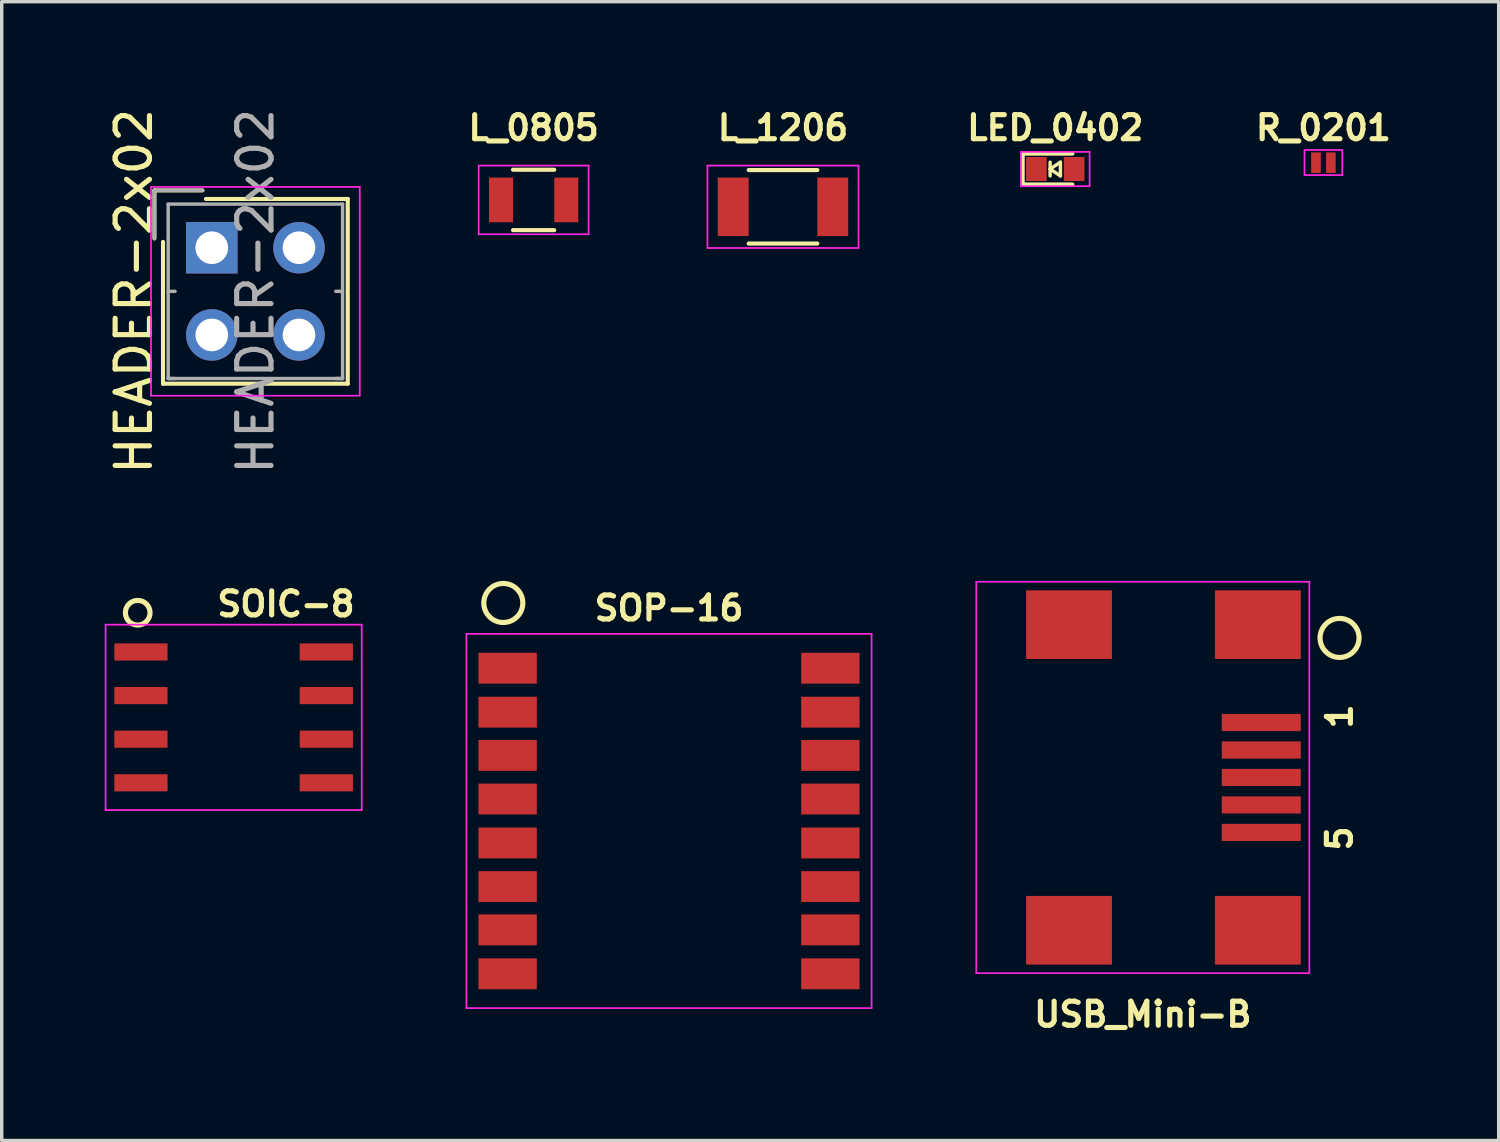
<source format=kicad_pcb>
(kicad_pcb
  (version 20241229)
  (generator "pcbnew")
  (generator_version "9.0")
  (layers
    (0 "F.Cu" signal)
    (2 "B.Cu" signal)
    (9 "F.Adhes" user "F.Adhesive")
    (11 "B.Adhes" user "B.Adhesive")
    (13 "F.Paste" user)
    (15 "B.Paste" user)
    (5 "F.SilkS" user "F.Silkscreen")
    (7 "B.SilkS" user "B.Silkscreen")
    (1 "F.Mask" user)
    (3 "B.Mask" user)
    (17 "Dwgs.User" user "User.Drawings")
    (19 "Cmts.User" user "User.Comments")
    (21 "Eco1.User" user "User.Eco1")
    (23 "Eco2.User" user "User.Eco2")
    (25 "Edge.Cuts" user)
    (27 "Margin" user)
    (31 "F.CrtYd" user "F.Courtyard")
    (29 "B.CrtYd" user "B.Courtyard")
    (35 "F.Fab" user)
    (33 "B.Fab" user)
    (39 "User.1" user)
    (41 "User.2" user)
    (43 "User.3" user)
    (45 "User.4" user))
  (footprint "HEADER-2x02"
    (layer "F.Cu")
    (at 3.118 4.165)
    (property "Reference" "HEADER-2x02" (at -2.27 1.27 90) (layer "F.SilkS") (effects (font (size 1 1) (thickness 0.15))))
    (attr through_hole)
    (fp_line (start -1.67 -1.67) (end -1.67 -0.27) (stroke (width 0.12) (type solid)) (layer "F.SilkS"))
    (fp_line (start -1.42 3.96) (end -1.42 -0.17) (stroke (width 0.12) (type solid)) (layer "F.SilkS"))
    (fp_line (start -0.27 -1.67) (end -1.67 -1.67) (stroke (width 0.12) (type solid)) (layer "F.SilkS"))
    (fp_line (start -0.17 -1.42) (end 3.96 -1.42) (stroke (width 0.12) (type solid)) (layer "F.SilkS"))
    (fp_line (start 3.96 -1.42) (end 3.96 3.96) (stroke (width 0.12) (type solid)) (layer "F.SilkS"))
    (fp_line (start 3.96 3.96) (end -1.42 3.96) (stroke (width 0.12) (type solid)) (layer "F.SilkS"))
    (fp_line (start -1.77 -1.77) (end -1.77 4.31) (stroke (width 0.05) (type solid)) (layer "F.CrtYd"))
    (fp_line (start -1.77 4.31) (end 4.31 4.31) (stroke (width 0.05) (type solid)) (layer "F.CrtYd"))
    (fp_line (start 4.31 -1.77) (end -1.77 -1.77) (stroke (width 0.05) (type solid)) (layer "F.CrtYd"))
    (fp_line (start 4.31 4.31) (end 4.31 -1.77) (stroke (width 0.05) (type solid)) (layer "F.CrtYd"))
    (fp_line (start -1.67 -1.67) (end -1.67 -0.27) (stroke (width 0.1) (type solid)) (layer "F.Fab"))
    (fp_line (start -1.27 -1.27) (end -1.27 3.81) (stroke (width 0.1) (type solid)) (layer "F.Fab"))
    (fp_line (start -1.27 1.27) (end -1.07 1.27) (stroke (width 0.1) (type solid)) (layer "F.Fab"))
    (fp_line (start -1.27 3.81) (end -1.07 3.81) (stroke (width 0.1) (type solid)) (layer "F.Fab"))
    (fp_line (start -1.27 3.81) (end 3.81 3.81) (stroke (width 0.1) (type solid)) (layer "F.Fab"))
    (fp_line (start -0.27 -1.67) (end -1.67 -1.67) (stroke (width 0.1) (type solid)) (layer "F.Fab"))
    (fp_line (start 3.81 -1.27) (end -1.27 -1.27) (stroke (width 0.1) (type solid)) (layer "F.Fab"))
    (fp_line (start 3.81 1.27) (end 3.61 1.27) (stroke (width 0.1) (type solid)) (layer "F.Fab"))
    (fp_line (start 3.81 3.81) (end 3.61 3.81) (stroke (width 0.1) (type solid)) (layer "F.Fab"))
    (fp_line (start 3.81 3.81) (end 3.81 -1.27) (stroke (width 0.1) (type solid)) (layer "F.Fab"))
    (fp_text user "${REFERENCE}" (at 1.27 1.27 90) (layer "F.Fab") (effects (font (size 1 1) (thickness 0.15))))
    (pad "1" thru_hole rect (at 0 0) (size 1.5 1.5) (drill 0.95) (layers "*.Cu" "*.Mask"))
    (pad "2" thru_hole circle (at 2.54 0) (size 1.5 1.5) (drill 0.95) (layers "*.Cu" "*.Mask"))
    (pad "3" thru_hole circle (at 0 2.54) (size 1.5 1.5) (drill 0.95) (layers "*.Cu" "*.Mask"))
    (pad "4" thru_hole circle (at 2.54 2.54) (size 1.5 1.5) (drill 0.95) (layers "*.Cu" "*.Mask")))
  (footprint "R_0201"
    (layer "F.Cu")
    (at 35.495 1.689)
    (property "Reference" "R_0201" (at 0 -1.016 0) (layer "F.SilkS") (effects (font (size 0.7 0.7) (thickness 0.15))))
    (attr smd)
    (fp_line (start -0.55 -0.37) (end -0.55 0.36) (stroke (width 0.05) (type solid)) (layer "F.CrtYd"))
    (fp_line (start -0.55 -0.37) (end 0.55 -0.37) (stroke (width 0.05) (type solid)) (layer "F.CrtYd"))
    (fp_line (start 0.55 0.36) (end -0.55 0.36) (stroke (width 0.05) (type solid)) (layer "F.CrtYd"))
    (fp_line (start 0.55 0.36) (end 0.55 -0.37) (stroke (width 0.05) (type solid)) (layer "F.CrtYd"))
    (pad "1" smd rect (at -0.217 0) (size 0.28 0.6) (layers "F.Cu" "F.Mask" "F.Paste"))
    (pad "2" smd rect (at 0.217 0) (size 0.28 0.6) (layers "F.Cu" "F.Mask" "F.Paste")))
  (footprint "SOP-16"
    (layer "F.Cu")
    (at 16.435 20.862)
    (property "Reference" "SOP-16" (at 0 -6.2 0) (layer "F.SilkS") (effects (font (size 0.7 0.7) (thickness 0.15))))
    (attr smd)
    (fp_circle (center -4.826 -6.35) (end -4.318 -6.096) (stroke (width 0.15) (type solid)) (fill no) (layer "F.SilkS"))
    (fp_line (start -5.9 -5.45) (end -5.9 5.45) (stroke (width 0.05) (type solid)) (layer "F.CrtYd"))
    (fp_line (start -5.9 -5.45) (end 5.9 -5.45) (stroke (width 0.05) (type solid)) (layer "F.CrtYd"))
    (fp_line (start 5.9 5.45) (end -5.9 5.45) (stroke (width 0.05) (type solid)) (layer "F.CrtYd"))
    (fp_line (start 5.9 5.45) (end 5.9 -5.45) (stroke (width 0.05) (type solid)) (layer "F.CrtYd"))
    (pad "1" smd rect (at -4.7 -4.45) (size 1.7 0.9) (layers "F.Cu" "F.Mask" "F.Paste"))
    (pad "2" smd rect (at -4.7 -3.17) (size 1.7 0.9) (layers "F.Cu" "F.Mask" "F.Paste"))
    (pad "3" smd rect (at -4.7 -1.91) (size 1.7 0.9) (layers "F.Cu" "F.Mask" "F.Paste"))
    (pad "4" smd rect (at -4.7 -0.64) (size 1.7 0.9) (layers "F.Cu" "F.Mask" "F.Paste"))
    (pad "5" smd rect (at -4.7 0.64) (size 1.7 0.9) (layers "F.Cu" "F.Mask" "F.Paste"))
    (pad "6" smd rect (at -4.7 1.91) (size 1.7 0.9) (layers "F.Cu" "F.Mask" "F.Paste"))
    (pad "7" smd rect (at -4.7 3.17) (size 1.7 0.9) (layers "F.Cu" "F.Mask" "F.Paste"))
    (pad "8" smd rect (at -4.7 4.45) (size 1.7 0.9) (layers "F.Cu" "F.Mask" "F.Paste"))
    (pad "9" smd rect (at 4.7 4.45) (size 1.7 0.9) (layers "F.Cu" "F.Mask" "F.Paste"))
    (pad "10" smd rect (at 4.7 3.17) (size 1.7 0.9) (layers "F.Cu" "F.Mask" "F.Paste"))
    (pad "11" smd rect (at 4.7 1.91) (size 1.7 0.9) (layers "F.Cu" "F.Mask" "F.Paste"))
    (pad "12" smd rect (at 4.7 0.64) (size 1.7 0.9) (layers "F.Cu" "F.Mask" "F.Paste"))
    (pad "13" smd rect (at 4.7 -0.64) (size 1.7 0.9) (layers "F.Cu" "F.Mask" "F.Paste"))
    (pad "14" smd rect (at 4.7 -1.91) (size 1.7 0.9) (layers "F.Cu" "F.Mask" "F.Paste"))
    (pad "15" smd rect (at 4.7 -3.17) (size 1.7 0.9) (layers "F.Cu" "F.Mask" "F.Paste"))
    (pad "16" smd rect (at 4.7 -4.45) (size 1.7 0.9) (layers "F.Cu" "F.Mask" "F.Paste")))
  (footprint "L_1206"
    (layer "F.Cu")
    (at 19.755 2.973)
    (property "Reference" "L_1206" (at 0 -2.3 0) (layer "F.SilkS") (effects (font (size 0.7 0.7) (thickness 0.15))))
    (attr smd)
    (fp_line (start -1 -1.07) (end 1 -1.07) (stroke (width 0.12) (type solid)) (layer "F.SilkS"))
    (fp_line (start 1 1.07) (end -1 1.07) (stroke (width 0.12) (type solid)) (layer "F.SilkS"))
    (fp_line (start -2.2 -1.2) (end -2.2 1.2) (stroke (width 0.05) (type solid)) (layer "F.CrtYd"))
    (fp_line (start -2.2 -1.2) (end 2.2 -1.2) (stroke (width 0.05) (type solid)) (layer "F.CrtYd"))
    (fp_line (start -2.2 1.2) (end 2.2 1.2) (stroke (width 0.05) (type solid)) (layer "F.CrtYd"))
    (fp_line (start 2.2 -1.2) (end 2.2 1.2) (stroke (width 0.05) (type solid)) (layer "F.CrtYd"))
    (pad "1" smd rect (at -1.45 0) (size 0.9 1.7) (layers "F.Cu" "F.Mask" "F.Paste"))
    (pad "2" smd rect (at 1.45 0) (size 0.9 1.7) (layers "F.Cu" "F.Mask" "F.Paste")))
  (footprint "SOIC-8"
    (layer "F.Cu")
    (at 3.755 17.844)
    (property "Reference" "SOIC-8" (at 1.524 -3.302 0) (layer "F.SilkS") (effects (font (size 0.7 0.7) (thickness 0.15))))
    (attr smd)
    (fp_circle (center -2.794 -3.048) (end -2.54 -2.794) (stroke (width 0.15) (type solid)) (fill no) (layer "F.SilkS"))
    (fp_line (start -3.73 -2.7) (end -3.73 2.7) (stroke (width 0.05) (type solid)) (layer "F.CrtYd"))
    (fp_line (start -3.73 -2.7) (end 3.73 -2.7) (stroke (width 0.05) (type solid)) (layer "F.CrtYd"))
    (fp_line (start -3.73 2.7) (end 3.73 2.7) (stroke (width 0.05) (type solid)) (layer "F.CrtYd"))
    (fp_line (start 3.73 -2.7) (end 3.73 2.7) (stroke (width 0.05) (type solid)) (layer "F.CrtYd"))
    (pad "1" smd rect (at -2.7 -1.905) (size 1.55 0.5) (layers "F.Cu" "F.Mask" "F.Paste"))
    (pad "2" smd rect (at -2.7 -0.635) (size 1.55 0.5) (layers "F.Cu" "F.Mask" "F.Paste"))
    (pad "3" smd rect (at -2.7 0.635) (size 1.55 0.5) (layers "F.Cu" "F.Mask" "F.Paste"))
    (pad "4" smd rect (at -2.7 1.905) (size 1.55 0.5) (layers "F.Cu" "F.Mask" "F.Paste"))
    (pad "5" smd rect (at 2.7 1.905) (size 1.55 0.5) (layers "F.Cu" "F.Mask" "F.Paste"))
    (pad "6" smd rect (at 2.7 0.635) (size 1.55 0.5) (layers "F.Cu" "F.Mask" "F.Paste"))
    (pad "7" smd rect (at 2.7 -0.635) (size 1.55 0.5) (layers "F.Cu" "F.Mask" "F.Paste"))
    (pad "8" smd rect (at 2.7 -1.905) (size 1.55 0.5) (layers "F.Cu" "F.Mask" "F.Paste")))
  (footprint "L_0805"
    (layer "F.Cu")
    (at 12.492 2.773)
    (property "Reference" "L_0805" (at 0 -2.1 0) (layer "F.SilkS") (effects (font (size 0.7 0.7) (thickness 0.15))))
    (attr smd)
    (fp_line (start -0.6 -0.88) (end 0.6 -0.88) (stroke (width 0.12) (type solid)) (layer "F.SilkS"))
    (fp_line (start 0.6 0.88) (end -0.6 0.88) (stroke (width 0.12) (type solid)) (layer "F.SilkS"))
    (fp_line (start -1.6 -1) (end -1.6 1) (stroke (width 0.05) (type solid)) (layer "F.CrtYd"))
    (fp_line (start -1.6 -1) (end 1.6 -1) (stroke (width 0.05) (type solid)) (layer "F.CrtYd"))
    (fp_line (start -1.6 1) (end 1.6 1) (stroke (width 0.05) (type solid)) (layer "F.CrtYd"))
    (fp_line (start 1.6 -1) (end 1.6 1) (stroke (width 0.05) (type solid)) (layer "F.CrtYd"))
    (pad "1" smd rect (at -0.95 0) (size 0.7 1.3) (layers "F.Cu" "F.Mask" "F.Paste"))
    (pad "2" smd rect (at 0.95 0) (size 0.7 1.3) (layers "F.Cu" "F.Mask" "F.Paste")))
  (footprint "USB_Mini-B"
    (layer "F.Cu")
    (at 30.885 19.594)
    (property "Reference" "USB_Mini-B" (at -0.65 6.9 0) (layer "F.SilkS") (effects (font (size 0.7 0.7) (thickness 0.15))))
    (attr smd)
    (fp_circle (center 5.08 -4.064) (end 5.334 -3.556) (stroke (width 0.15) (type solid)) (fill no) (layer "F.SilkS"))
    (fp_line (start -5.5 -5.7) (end 4.2 -5.7) (stroke (width 0.05) (type solid)) (layer "F.CrtYd"))
    (fp_line (start -5.5 5.7) (end -5.5 -5.7) (stroke (width 0.05) (type solid)) (layer "F.CrtYd"))
    (fp_line (start 4.2 -5.7) (end 4.2 5.7) (stroke (width 0.05) (type solid)) (layer "F.CrtYd"))
    (fp_line (start 4.2 5.7) (end -5.5 5.7) (stroke (width 0.05) (type solid)) (layer "F.CrtYd"))
    (fp_text user "5" (at 5.08 1.778 90) (layer "F.SilkS") (effects (font (size 0.7 0.7) (thickness 0.15))))
    (fp_text user "1" (at 5.08 -1.778 90) (layer "F.SilkS") (effects (font (size 0.7 0.7) (thickness 0.15))))
    (pad "1" smd rect (at 2.8 -1.6) (size 2.3 0.5) (layers "F.Cu" "F.Mask" "F.Paste"))
    (pad "2" smd rect (at 2.8 -0.8) (size 2.3 0.5) (layers "F.Cu" "F.Mask" "F.Paste"))
    (pad "3" smd rect (at 2.8 0) (size 2.3 0.5) (layers "F.Cu" "F.Mask" "F.Paste"))
    (pad "4" smd rect (at 2.8 0.8) (size 2.3 0.5) (layers "F.Cu" "F.Mask" "F.Paste"))
    (pad "5" smd rect (at 2.8 1.6) (size 2.3 0.5) (layers "F.Cu" "F.Mask" "F.Paste"))
    (pad "6" smd rect (at -2.8 -4.45) (size 2.5 2) (layers "F.Cu" "F.Mask" "F.Paste"))
    (pad "6" smd rect (at -2.8 4.45) (size 2.5 2) (layers "F.Cu" "F.Mask" "F.Paste"))
    (pad "6" smd rect (at 2.7 -4.45) (size 2.5 2) (layers "F.Cu" "F.Mask" "F.Paste"))
    (pad "6" smd rect (at 2.7 4.45) (size 2.5 2) (layers "F.Cu" "F.Mask" "F.Paste")))
  (footprint "LED_0402"
    (layer "F.Cu")
    (at 27.685 1.873)
    (property "Reference" "LED_0402" (at 0 -1.2 0) (layer "F.SilkS") (effects (font (size 0.7 0.7) (thickness 0.15))))
    (attr smd)
    (fp_line (start -0.95 -0.45) (end -0.95 0.45) (stroke (width 0.12) (type solid)) (layer "F.SilkS"))
    (fp_line (start -0.95 -0.45) (end 0.5 -0.45) (stroke (width 0.12) (type solid)) (layer "F.SilkS"))
    (fp_line (start -0.95 0.45) (end 0.5 0.45) (stroke (width 0.12) (type solid)) (layer "F.SilkS"))
    (fp_line (start -0.15 -0.2) (end -0.15 0.2) (stroke (width 0.1) (type solid)) (layer "F.SilkS"))
    (fp_line (start -0.15 0) (end 0.15 -0.2) (stroke (width 0.1) (type solid)) (layer "F.SilkS"))
    (fp_line (start 0.15 -0.2) (end 0.15 0.2) (stroke (width 0.1) (type solid)) (layer "F.SilkS"))
    (fp_line (start 0.15 0.2) (end -0.15 0) (stroke (width 0.1) (type solid)) (layer "F.SilkS"))
    (fp_line (start -1 -0.5) (end 1 -0.5) (stroke (width 0.05) (type solid)) (layer "F.CrtYd"))
    (fp_line (start -1 0.5) (end -1 -0.5) (stroke (width 0.05) (type solid)) (layer "F.CrtYd"))
    (fp_line (start 1 -0.5) (end 1 0.5) (stroke (width 0.05) (type solid)) (layer "F.CrtYd"))
    (fp_line (start 1 0.5) (end -1 0.5) (stroke (width 0.05) (type solid)) (layer "F.CrtYd"))
    (pad "1" smd rect (at -0.55 0 180) (size 0.6 0.7) (layers "F.Cu" "F.Mask" "F.Paste"))
    (pad "2" smd rect (at 0.55 0 180) (size 0.6 0.7) (layers "F.Cu" "F.Mask" "F.Paste")))
  (gr_rect
    (start -3 -3)
    (end 40.6 30.167)
    (stroke (width 0.1) (type default))
    (fill no)
    (layer "Edge.Cuts")))
</source>
